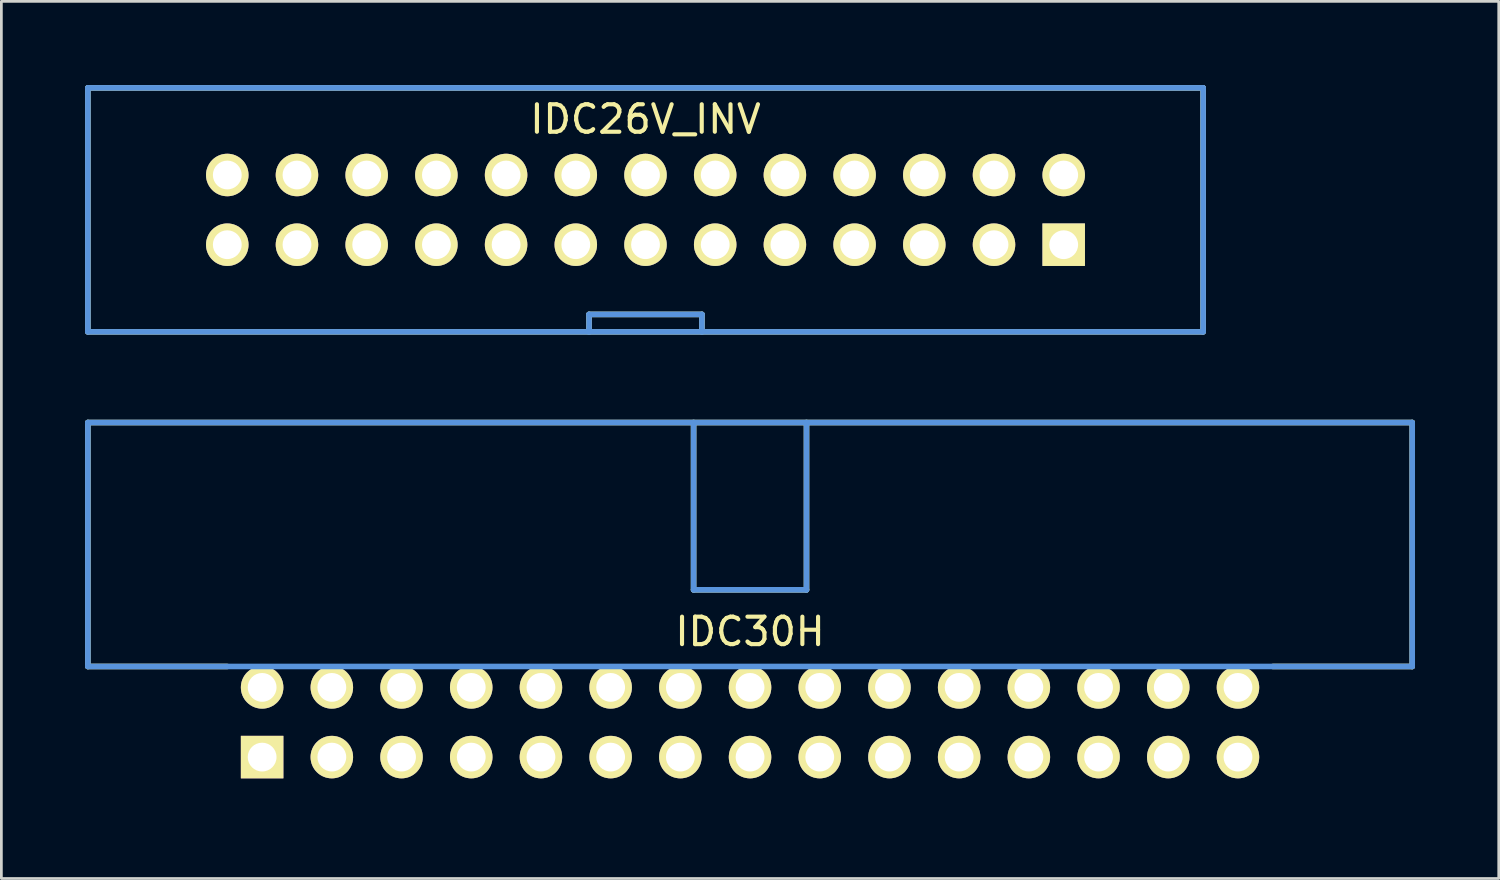
<source format=kicad_pcb>
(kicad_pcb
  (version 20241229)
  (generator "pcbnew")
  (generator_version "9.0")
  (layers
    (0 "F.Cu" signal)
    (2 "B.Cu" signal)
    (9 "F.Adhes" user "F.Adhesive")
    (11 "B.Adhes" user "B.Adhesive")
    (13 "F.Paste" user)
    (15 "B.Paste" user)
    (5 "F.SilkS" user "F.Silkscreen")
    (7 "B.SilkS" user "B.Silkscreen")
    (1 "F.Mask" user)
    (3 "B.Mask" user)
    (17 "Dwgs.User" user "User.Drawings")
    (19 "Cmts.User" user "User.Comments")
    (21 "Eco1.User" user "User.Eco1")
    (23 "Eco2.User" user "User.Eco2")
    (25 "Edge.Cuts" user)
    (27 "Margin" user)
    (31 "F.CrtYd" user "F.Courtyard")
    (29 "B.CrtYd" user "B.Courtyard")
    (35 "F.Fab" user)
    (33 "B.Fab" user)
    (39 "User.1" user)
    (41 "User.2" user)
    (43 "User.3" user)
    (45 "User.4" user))
  (footprint "IDC26V_INV"
    (layer "F.Cu")
    (at 5.232 5.867)
    (property "Reference" "IDC26V_INV" (at 15.24 -4.572 0) (layer "F.SilkS") (effects (font (size 1.001 1.001) (thickness 0.15))))
    (attr through_hole)
    (fp_line (start -5.08 -5.715) (end 35.56 -5.715) (stroke (width 0.203) (type solid)) (layer "F.SilkS"))
    (fp_line (start -5.08 3.175) (end -5.08 -5.715) (stroke (width 0.203) (type solid)) (layer "F.SilkS"))
    (fp_line (start 13.183 2.54) (end 17.297 2.54) (stroke (width 0.203) (type solid)) (layer "F.SilkS"))
    (fp_line (start 13.183 3.175) (end 13.183 2.54) (stroke (width 0.203) (type solid)) (layer "F.SilkS"))
    (fp_line (start 17.297 3.175) (end 17.297 2.54) (stroke (width 0.203) (type solid)) (layer "F.SilkS"))
    (fp_line (start 35.56 -5.715) (end 35.56 3.175) (stroke (width 0.203) (type solid)) (layer "F.SilkS"))
    (fp_line (start 35.56 3.175) (end -5.08 3.175) (stroke (width 0.203) (type solid)) (layer "F.SilkS"))
    (fp_line (start -5.08 -5.715) (end 35.56 -5.715) (stroke (width 0.203) (type solid)) (layer "Cmts.User"))
    (fp_line (start -5.08 3.175) (end -5.08 -5.715) (stroke (width 0.203) (type solid)) (layer "Cmts.User"))
    (fp_line (start 13.183 2.54) (end 17.297 2.54) (stroke (width 0.203) (type solid)) (layer "Cmts.User"))
    (fp_line (start 13.183 3.175) (end 13.183 2.54) (stroke (width 0.203) (type solid)) (layer "Cmts.User"))
    (fp_line (start 17.297 3.175) (end 17.297 2.54) (stroke (width 0.203) (type solid)) (layer "Cmts.User"))
    (fp_line (start 35.56 -5.715) (end 35.56 3.175) (stroke (width 0.203) (type solid)) (layer "Cmts.User"))
    (fp_line (start 35.56 3.175) (end -5.08 3.175) (stroke (width 0.203) (type solid)) (layer "Cmts.User"))
    (fp_line (start -5.182 -5.817) (end 35.662 -5.817) (stroke (width 0.102) (type solid)) (layer "Eco1.User"))
    (fp_line (start -5.182 3.277) (end -5.182 -5.817) (stroke (width 0.102) (type solid)) (layer "Eco1.User"))
    (fp_line (start 35.662 -5.817) (end 35.662 3.277) (stroke (width 0.102) (type solid)) (layer "Eco1.User"))
    (fp_line (start 35.662 3.277) (end -5.182 3.277) (stroke (width 0.102) (type solid)) (layer "Eco1.User"))
    (pad "1" thru_hole rect (at 30.48 0) (size 1.549 1.549) (drill 1.049) (layers "*.Cu" "*.Mask" "F.SilkS"))
    (pad "2" thru_hole circle (at 30.48 -2.54) (size 1.549 1.549) (drill 1.049) (layers "*.Cu" "*.Mask" "F.SilkS"))
    (pad "3" thru_hole circle (at 27.94 0) (size 1.549 1.549) (drill 1.049) (layers "*.Cu" "*.Mask" "F.SilkS"))
    (pad "4" thru_hole circle (at 27.94 -2.54) (size 1.549 1.549) (drill 1.049) (layers "*.Cu" "*.Mask" "F.SilkS"))
    (pad "5" thru_hole circle (at 25.4 0) (size 1.549 1.549) (drill 1.049) (layers "*.Cu" "*.Mask" "F.SilkS"))
    (pad "6" thru_hole circle (at 25.4 -2.54) (size 1.549 1.549) (drill 1.049) (layers "*.Cu" "*.Mask" "F.SilkS"))
    (pad "7" thru_hole circle (at 22.86 0) (size 1.549 1.549) (drill 1.049) (layers "*.Cu" "*.Mask" "F.SilkS"))
    (pad "8" thru_hole circle (at 22.86 -2.54) (size 1.549 1.549) (drill 1.049) (layers "*.Cu" "*.Mask" "F.SilkS"))
    (pad "9" thru_hole circle (at 20.32 0) (size 1.549 1.549) (drill 1.049) (layers "*.Cu" "*.Mask" "F.SilkS"))
    (pad "10" thru_hole circle (at 20.32 -2.54) (size 1.549 1.549) (drill 1.049) (layers "*.Cu" "*.Mask" "F.SilkS"))
    (pad "11" thru_hole circle (at 17.78 0) (size 1.549 1.549) (drill 1.049) (layers "*.Cu" "*.Mask" "F.SilkS"))
    (pad "12" thru_hole circle (at 17.78 -2.54) (size 1.549 1.549) (drill 1.049) (layers "*.Cu" "*.Mask" "F.SilkS"))
    (pad "13" thru_hole circle (at 15.24 0) (size 1.549 1.549) (drill 1.049) (layers "*.Cu" "*.Mask" "F.SilkS"))
    (pad "14" thru_hole circle (at 15.24 -2.54) (size 1.549 1.549) (drill 1.049) (layers "*.Cu" "*.Mask" "F.SilkS"))
    (pad "15" thru_hole circle (at 12.7 0) (size 1.549 1.549) (drill 1.049) (layers "*.Cu" "*.Mask" "F.SilkS"))
    (pad "16" thru_hole circle (at 12.7 -2.54) (size 1.549 1.549) (drill 1.049) (layers "*.Cu" "*.Mask" "F.SilkS"))
    (pad "17" thru_hole circle (at 10.16 0) (size 1.549 1.549) (drill 1.049) (layers "*.Cu" "*.Mask" "F.SilkS"))
    (pad "18" thru_hole circle (at 10.16 -2.54) (size 1.549 1.549) (drill 1.049) (layers "*.Cu" "*.Mask" "F.SilkS"))
    (pad "19" thru_hole circle (at 7.62 0) (size 1.549 1.549) (drill 1.049) (layers "*.Cu" "*.Mask" "F.SilkS"))
    (pad "20" thru_hole circle (at 7.62 -2.54) (size 1.549 1.549) (drill 1.049) (layers "*.Cu" "*.Mask" "F.SilkS"))
    (pad "21" thru_hole circle (at 5.08 0) (size 1.549 1.549) (drill 1.049) (layers "*.Cu" "*.Mask" "F.SilkS"))
    (pad "22" thru_hole circle (at 5.08 -2.54) (size 1.549 1.549) (drill 1.049) (layers "*.Cu" "*.Mask" "F.SilkS"))
    (pad "23" thru_hole circle (at 2.54 0) (size 1.549 1.549) (drill 1.049) (layers "*.Cu" "*.Mask" "F.SilkS"))
    (pad "24" thru_hole circle (at 2.54 -2.54) (size 1.549 1.549) (drill 1.049) (layers "*.Cu" "*.Mask" "F.SilkS"))
    (pad "25" thru_hole circle (at 0 0) (size 1.549 1.549) (drill 1.049) (layers "*.Cu" "*.Mask" "F.SilkS"))
    (pad "26" thru_hole circle (at 0 -2.54) (size 1.549 1.549) (drill 1.049) (layers "*.Cu" "*.Mask" "F.SilkS")))
  (footprint "IDC30H"
    (layer "F.Cu")
    (at 6.502 24.539)
    (property "Reference" "IDC30H" (at 17.78 -4.572 0) (layer "F.SilkS") (effects (font (size 1.001 1.001) (thickness 0.15))))
    (attr through_hole)
    (fp_line (start -6.35 -12.192) (end 41.91 -12.192) (stroke (width 0.203) (type solid)) (layer "F.SilkS"))
    (fp_line (start -6.35 -3.302) (end -6.35 -12.192) (stroke (width 0.203) (type solid)) (layer "F.SilkS"))
    (fp_line (start -6.35 -3.302) (end -1.27 -3.302) (stroke (width 0.203) (type solid)) (layer "F.SilkS"))
    (fp_line (start 15.723 -12.192) (end 15.723 -6.096) (stroke (width 0.203) (type solid)) (layer "F.SilkS"))
    (fp_line (start 15.723 -6.096) (end 19.837 -6.096) (stroke (width 0.203) (type solid)) (layer "F.SilkS"))
    (fp_line (start 19.837 -12.192) (end 19.837 -6.096) (stroke (width 0.203) (type solid)) (layer "F.SilkS"))
    (fp_line (start 41.91 -12.192) (end 41.91 -3.302) (stroke (width 0.203) (type solid)) (layer "F.SilkS"))
    (fp_line (start 41.91 -3.302) (end 36.83 -3.302) (stroke (width 0.203) (type solid)) (layer "F.SilkS"))
    (fp_line (start -6.35 -12.192) (end -6.35 -3.302) (stroke (width 0.203) (type solid)) (layer "Cmts.User"))
    (fp_line (start -6.35 -3.302) (end 41.91 -3.302) (stroke (width 0.203) (type solid)) (layer "Cmts.User"))
    (fp_line (start 15.723 -12.192) (end 15.723 -6.096) (stroke (width 0.203) (type solid)) (layer "Cmts.User"))
    (fp_line (start 15.723 -6.096) (end 19.837 -6.096) (stroke (width 0.203) (type solid)) (layer "Cmts.User"))
    (fp_line (start 19.837 -12.192) (end 19.837 -6.096) (stroke (width 0.203) (type solid)) (layer "Cmts.User"))
    (fp_line (start 41.91 -12.192) (end -6.35 -12.192) (stroke (width 0.203) (type solid)) (layer "Cmts.User"))
    (fp_line (start 41.91 -3.302) (end 41.91 -12.192) (stroke (width 0.203) (type solid)) (layer "Cmts.User"))
    (fp_line (start -6.452 -12.294) (end -6.452 -3.2) (stroke (width 0.102) (type solid)) (layer "Eco1.User"))
    (fp_line (start -6.452 -3.2) (end -1.372 -3.2) (stroke (width 0.102) (type solid)) (layer "Eco1.User"))
    (fp_line (start -1.372 -3.2) (end -1.372 1.372) (stroke (width 0.102) (type solid)) (layer "Eco1.User"))
    (fp_line (start -1.372 1.372) (end 36.932 1.372) (stroke (width 0.102) (type solid)) (layer "Eco1.User"))
    (fp_line (start 36.932 -3.2) (end 42.012 -3.2) (stroke (width 0.102) (type solid)) (layer "Eco1.User"))
    (fp_line (start 36.932 1.372) (end 36.932 -3.2) (stroke (width 0.102) (type solid)) (layer "Eco1.User"))
    (fp_line (start 42.012 -12.294) (end -6.452 -12.294) (stroke (width 0.102) (type solid)) (layer "Eco1.User"))
    (fp_line (start 42.012 -3.2) (end 42.012 -12.294) (stroke (width 0.102) (type solid)) (layer "Eco1.User"))
    (pad "1" thru_hole rect (at 0 0) (size 1.549 1.549) (drill 1.049) (layers "*.Cu" "*.Mask" "F.SilkS"))
    (pad "2" thru_hole circle (at 0 -2.54) (size 1.549 1.549) (drill 1.049) (layers "*.Cu" "*.Mask" "F.SilkS"))
    (pad "3" thru_hole circle (at 2.54 0) (size 1.549 1.549) (drill 1.049) (layers "*.Cu" "*.Mask" "F.SilkS"))
    (pad "4" thru_hole circle (at 2.54 -2.54) (size 1.549 1.549) (drill 1.049) (layers "*.Cu" "*.Mask" "F.SilkS"))
    (pad "5" thru_hole circle (at 5.08 0) (size 1.549 1.549) (drill 1.049) (layers "*.Cu" "*.Mask" "F.SilkS"))
    (pad "6" thru_hole circle (at 5.08 -2.54) (size 1.549 1.549) (drill 1.049) (layers "*.Cu" "*.Mask" "F.SilkS"))
    (pad "7" thru_hole circle (at 7.62 0) (size 1.549 1.549) (drill 1.049) (layers "*.Cu" "*.Mask" "F.SilkS"))
    (pad "8" thru_hole circle (at 7.62 -2.54) (size 1.549 1.549) (drill 1.049) (layers "*.Cu" "*.Mask" "F.SilkS"))
    (pad "9" thru_hole circle (at 10.16 0) (size 1.549 1.549) (drill 1.049) (layers "*.Cu" "*.Mask" "F.SilkS"))
    (pad "10" thru_hole circle (at 10.16 -2.54) (size 1.549 1.549) (drill 1.049) (layers "*.Cu" "*.Mask" "F.SilkS"))
    (pad "11" thru_hole circle (at 12.7 0) (size 1.549 1.549) (drill 1.049) (layers "*.Cu" "*.Mask" "F.SilkS"))
    (pad "12" thru_hole circle (at 12.7 -2.54) (size 1.549 1.549) (drill 1.049) (layers "*.Cu" "*.Mask" "F.SilkS"))
    (pad "13" thru_hole circle (at 15.24 0) (size 1.549 1.549) (drill 1.049) (layers "*.Cu" "*.Mask" "F.SilkS"))
    (pad "14" thru_hole circle (at 15.24 -2.54) (size 1.549 1.549) (drill 1.049) (layers "*.Cu" "*.Mask" "F.SilkS"))
    (pad "15" thru_hole circle (at 17.78 0) (size 1.549 1.549) (drill 1.049) (layers "*.Cu" "*.Mask" "F.SilkS"))
    (pad "16" thru_hole circle (at 17.78 -2.54) (size 1.549 1.549) (drill 1.049) (layers "*.Cu" "*.Mask" "F.SilkS"))
    (pad "17" thru_hole circle (at 20.32 0) (size 1.549 1.549) (drill 1.049) (layers "*.Cu" "*.Mask" "F.SilkS"))
    (pad "18" thru_hole circle (at 20.32 -2.54) (size 1.549 1.549) (drill 1.049) (layers "*.Cu" "*.Mask" "F.SilkS"))
    (pad "19" thru_hole circle (at 22.86 0) (size 1.549 1.549) (drill 1.049) (layers "*.Cu" "*.Mask" "F.SilkS"))
    (pad "20" thru_hole circle (at 22.86 -2.54) (size 1.549 1.549) (drill 1.049) (layers "*.Cu" "*.Mask" "F.SilkS"))
    (pad "21" thru_hole circle (at 25.4 0) (size 1.549 1.549) (drill 1.049) (layers "*.Cu" "*.Mask" "F.SilkS"))
    (pad "22" thru_hole circle (at 25.4 -2.54) (size 1.549 1.549) (drill 1.049) (layers "*.Cu" "*.Mask" "F.SilkS"))
    (pad "23" thru_hole circle (at 27.94 0) (size 1.549 1.549) (drill 1.049) (layers "*.Cu" "*.Mask" "F.SilkS"))
    (pad "24" thru_hole circle (at 27.94 -2.54) (size 1.549 1.549) (drill 1.049) (layers "*.Cu" "*.Mask" "F.SilkS"))
    (pad "25" thru_hole circle (at 30.48 0) (size 1.549 1.549) (drill 1.049) (layers "*.Cu" "*.Mask" "F.SilkS"))
    (pad "26" thru_hole circle (at 30.48 -2.54) (size 1.549 1.549) (drill 1.049) (layers "*.Cu" "*.Mask" "F.SilkS"))
    (pad "27" thru_hole circle (at 33.02 0) (size 1.549 1.549) (drill 1.049) (layers "*.Cu" "*.Mask" "F.SilkS"))
    (pad "28" thru_hole circle (at 33.02 -2.54) (size 1.549 1.549) (drill 1.049) (layers "*.Cu" "*.Mask" "F.SilkS"))
    (pad "29" thru_hole circle (at 35.56 0) (size 1.549 1.549) (drill 1.049) (layers "*.Cu" "*.Mask" "F.SilkS"))
    (pad "30" thru_hole circle (at 35.56 -2.54) (size 1.549 1.549) (drill 1.049) (layers "*.Cu" "*.Mask" "F.SilkS")))
  (gr_rect
    (start -3 -3)
    (end 51.565 28.962)
    (stroke (width 0.1) (type default))
    (fill no)
    (layer "Edge.Cuts")))
</source>
